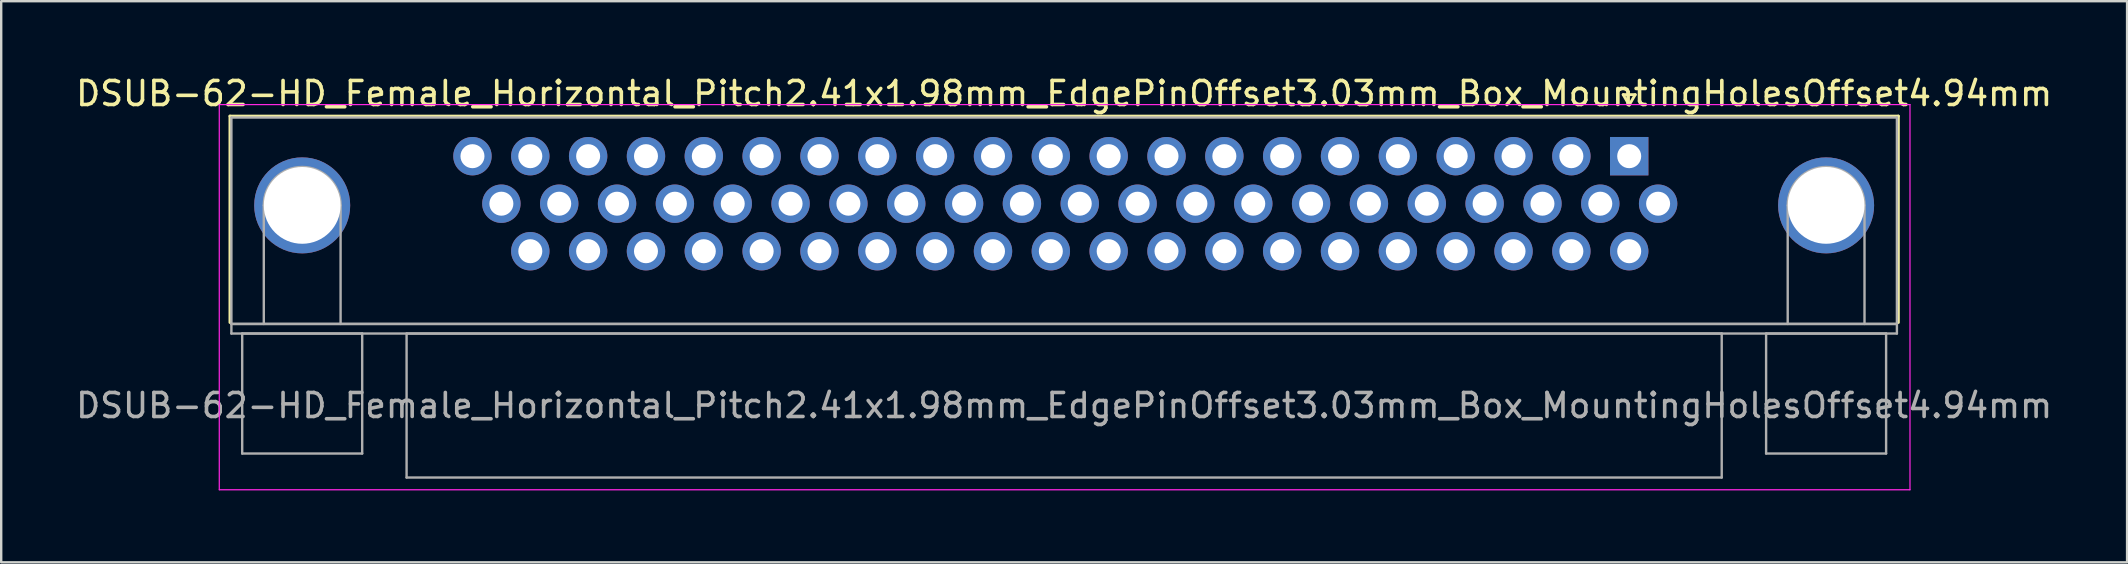
<source format=kicad_pcb>
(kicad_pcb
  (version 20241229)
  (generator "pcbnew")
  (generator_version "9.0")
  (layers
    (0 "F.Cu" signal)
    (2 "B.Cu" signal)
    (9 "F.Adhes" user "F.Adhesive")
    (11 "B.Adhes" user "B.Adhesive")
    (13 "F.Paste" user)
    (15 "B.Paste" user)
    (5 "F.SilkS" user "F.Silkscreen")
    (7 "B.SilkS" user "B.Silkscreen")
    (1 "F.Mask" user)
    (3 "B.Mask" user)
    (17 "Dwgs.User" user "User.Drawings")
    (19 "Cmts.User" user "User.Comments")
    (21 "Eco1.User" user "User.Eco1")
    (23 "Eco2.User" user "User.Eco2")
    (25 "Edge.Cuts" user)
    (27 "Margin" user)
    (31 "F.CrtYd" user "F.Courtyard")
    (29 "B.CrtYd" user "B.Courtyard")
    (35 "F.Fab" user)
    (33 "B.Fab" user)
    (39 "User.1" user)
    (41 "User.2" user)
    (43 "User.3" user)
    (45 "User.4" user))
  (footprint "DSUB-62-HD_Female_Horizontal_Pitch2.41x1.98mm_EdgePinOffset3.03mm_Box_MountingHolesOffset4.94mm"
    (layer "F.Cu")
    (at 64.837 3.458)
    (property "Reference" "DSUB-62-HD_Female_Horizontal_Pitch2.41x1.98mm_EdgePinOffset3.03mm_Box_MountingHolesOffset4.94mm" (at -23.545 -2.61 0) (layer "F.SilkS") (effects (font (size 1 1) (thickness 0.15))))
    (attr through_hole)
    (fp_line (start -58.305 -1.67) (end 11.215 -1.67) (stroke (width 0.12) (type solid)) (layer "F.SilkS"))
    (fp_line (start -58.305 6.93) (end -58.305 -1.67) (stroke (width 0.12) (type solid)) (layer "F.SilkS"))
    (fp_line (start -0.25 -2.564) (end 0.25 -2.564) (stroke (width 0.12) (type solid)) (layer "F.SilkS"))
    (fp_line (start 0 -2.131) (end -0.25 -2.564) (stroke (width 0.12) (type solid)) (layer "F.SilkS"))
    (fp_line (start 0.25 -2.564) (end 0 -2.131) (stroke (width 0.12) (type solid)) (layer "F.SilkS"))
    (fp_line (start 11.215 -1.67) (end 11.215 6.93) (stroke (width 0.12) (type solid)) (layer "F.SilkS"))
    (fp_line (start -58.75 -2.15) (end -58.75 13.9) (stroke (width 0.05) (type solid)) (layer "F.CrtYd"))
    (fp_line (start -58.75 13.9) (end 11.7 13.9) (stroke (width 0.05) (type solid)) (layer "F.CrtYd"))
    (fp_line (start 11.7 -2.15) (end -58.75 -2.15) (stroke (width 0.05) (type solid)) (layer "F.CrtYd"))
    (fp_line (start 11.7 13.9) (end 11.7 -2.15) (stroke (width 0.05) (type solid)) (layer "F.CrtYd"))
    (fp_line (start -58.245 -1.61) (end -58.245 6.99) (stroke (width 0.1) (type solid)) (layer "F.Fab"))
    (fp_line (start -58.245 6.99) (end -58.245 7.39) (stroke (width 0.1) (type solid)) (layer "F.Fab"))
    (fp_line (start -58.245 6.99) (end 11.155 6.99) (stroke (width 0.1) (type solid)) (layer "F.Fab"))
    (fp_line (start -58.245 7.39) (end 11.155 7.39) (stroke (width 0.1) (type solid)) (layer "F.Fab"))
    (fp_line (start -57.795 7.39) (end -57.795 12.39) (stroke (width 0.1) (type solid)) (layer "F.Fab"))
    (fp_line (start -57.795 12.39) (end -52.795 12.39) (stroke (width 0.1) (type solid)) (layer "F.Fab"))
    (fp_line (start -56.895 6.99) (end -56.895 2.05) (stroke (width 0.1) (type solid)) (layer "F.Fab"))
    (fp_line (start -53.695 6.99) (end -53.695 2.05) (stroke (width 0.1) (type solid)) (layer "F.Fab"))
    (fp_line (start -52.795 7.39) (end -57.795 7.39) (stroke (width 0.1) (type solid)) (layer "F.Fab"))
    (fp_line (start -52.795 12.39) (end -52.795 7.39) (stroke (width 0.1) (type solid)) (layer "F.Fab"))
    (fp_line (start -50.945 7.39) (end -50.945 13.39) (stroke (width 0.1) (type solid)) (layer "F.Fab"))
    (fp_line (start -50.945 13.39) (end 3.855 13.39) (stroke (width 0.1) (type solid)) (layer "F.Fab"))
    (fp_line (start 3.855 7.39) (end -50.945 7.39) (stroke (width 0.1) (type solid)) (layer "F.Fab"))
    (fp_line (start 3.855 13.39) (end 3.855 7.39) (stroke (width 0.1) (type solid)) (layer "F.Fab"))
    (fp_line (start 5.705 7.39) (end 5.705 12.39) (stroke (width 0.1) (type solid)) (layer "F.Fab"))
    (fp_line (start 5.705 12.39) (end 10.705 12.39) (stroke (width 0.1) (type solid)) (layer "F.Fab"))
    (fp_line (start 6.605 6.99) (end 6.605 2.05) (stroke (width 0.1) (type solid)) (layer "F.Fab"))
    (fp_line (start 9.805 6.99) (end 9.805 2.05) (stroke (width 0.1) (type solid)) (layer "F.Fab"))
    (fp_line (start 10.705 7.39) (end 5.705 7.39) (stroke (width 0.1) (type solid)) (layer "F.Fab"))
    (fp_line (start 10.705 12.39) (end 10.705 7.39) (stroke (width 0.1) (type solid)) (layer "F.Fab"))
    (fp_line (start 11.155 -1.61) (end -58.245 -1.61) (stroke (width 0.1) (type solid)) (layer "F.Fab"))
    (fp_line (start 11.155 6.99) (end -58.245 6.99) (stroke (width 0.1) (type solid)) (layer "F.Fab"))
    (fp_line (start 11.155 6.99) (end 11.155 -1.61) (stroke (width 0.1) (type solid)) (layer "F.Fab"))
    (fp_line (start 11.155 7.39) (end 11.155 6.99) (stroke (width 0.1) (type solid)) (layer "F.Fab"))
    (fp_arc (start -56.895 2.05) (mid -55.295 0.45) (end -53.695 2.05) (stroke (width 0.1) (type solid)) (layer "F.Fab"))
    (fp_arc (start 6.605 2.05) (mid 8.205 0.45) (end 9.805 2.05) (stroke (width 0.1) (type solid)) (layer "F.Fab"))
    (fp_text user "${REFERENCE}" (at -23.545 10.39 0) (layer "F.Fab") (effects (font (size 1 1) (thickness 0.15))))
    (pad "0" thru_hole circle (at -55.295 2.05) (size 4 4) (drill 3.2) (layers "*.Cu" "*.Mask"))
    (pad "0" thru_hole circle (at 8.205 2.05) (size 4 4) (drill 3.2) (layers "*.Cu" "*.Mask"))
    (pad "1" thru_hole rect (at 0 0) (size 1.6 1.6) (drill 1) (layers "*.Cu" "*.Mask"))
    (pad "2" thru_hole circle (at -2.41 0) (size 1.6 1.6) (drill 1) (layers "*.Cu" "*.Mask"))
    (pad "3" thru_hole circle (at -4.82 0) (size 1.6 1.6) (drill 1) (layers "*.Cu" "*.Mask"))
    (pad "4" thru_hole circle (at -7.23 0) (size 1.6 1.6) (drill 1) (layers "*.Cu" "*.Mask"))
    (pad "5" thru_hole circle (at -9.64 0) (size 1.6 1.6) (drill 1) (layers "*.Cu" "*.Mask"))
    (pad "6" thru_hole circle (at -12.05 0) (size 1.6 1.6) (drill 1) (layers "*.Cu" "*.Mask"))
    (pad "7" thru_hole circle (at -14.46 0) (size 1.6 1.6) (drill 1) (layers "*.Cu" "*.Mask"))
    (pad "8" thru_hole circle (at -16.87 0) (size 1.6 1.6) (drill 1) (layers "*.Cu" "*.Mask"))
    (pad "9" thru_hole circle (at -19.28 0) (size 1.6 1.6) (drill 1) (layers "*.Cu" "*.Mask"))
    (pad "10" thru_hole circle (at -21.69 0) (size 1.6 1.6) (drill 1) (layers "*.Cu" "*.Mask"))
    (pad "11" thru_hole circle (at -24.1 0) (size 1.6 1.6) (drill 1) (layers "*.Cu" "*.Mask"))
    (pad "12" thru_hole circle (at -26.51 0) (size 1.6 1.6) (drill 1) (layers "*.Cu" "*.Mask"))
    (pad "13" thru_hole circle (at -28.92 0) (size 1.6 1.6) (drill 1) (layers "*.Cu" "*.Mask"))
    (pad "14" thru_hole circle (at -31.33 0) (size 1.6 1.6) (drill 1) (layers "*.Cu" "*.Mask"))
    (pad "15" thru_hole circle (at -33.74 0) (size 1.6 1.6) (drill 1) (layers "*.Cu" "*.Mask"))
    (pad "16" thru_hole circle (at -36.15 0) (size 1.6 1.6) (drill 1) (layers "*.Cu" "*.Mask"))
    (pad "17" thru_hole circle (at -38.56 0) (size 1.6 1.6) (drill 1) (layers "*.Cu" "*.Mask"))
    (pad "18" thru_hole circle (at -40.97 0) (size 1.6 1.6) (drill 1) (layers "*.Cu" "*.Mask"))
    (pad "19" thru_hole circle (at -43.38 0) (size 1.6 1.6) (drill 1) (layers "*.Cu" "*.Mask"))
    (pad "20" thru_hole circle (at -45.79 0) (size 1.6 1.6) (drill 1) (layers "*.Cu" "*.Mask"))
    (pad "21" thru_hole circle (at -48.2 0) (size 1.6 1.6) (drill 1) (layers "*.Cu" "*.Mask"))
    (pad "22" thru_hole circle (at 1.205 1.98) (size 1.6 1.6) (drill 1) (layers "*.Cu" "*.Mask"))
    (pad "23" thru_hole circle (at -1.205 1.98) (size 1.6 1.6) (drill 1) (layers "*.Cu" "*.Mask"))
    (pad "24" thru_hole circle (at -3.615 1.98) (size 1.6 1.6) (drill 1) (layers "*.Cu" "*.Mask"))
    (pad "25" thru_hole circle (at -6.025 1.98) (size 1.6 1.6) (drill 1) (layers "*.Cu" "*.Mask"))
    (pad "26" thru_hole circle (at -8.435 1.98) (size 1.6 1.6) (drill 1) (layers "*.Cu" "*.Mask"))
    (pad "27" thru_hole circle (at -10.845 1.98) (size 1.6 1.6) (drill 1) (layers "*.Cu" "*.Mask"))
    (pad "28" thru_hole circle (at -13.255 1.98) (size 1.6 1.6) (drill 1) (layers "*.Cu" "*.Mask"))
    (pad "29" thru_hole circle (at -15.665 1.98) (size 1.6 1.6) (drill 1) (layers "*.Cu" "*.Mask"))
    (pad "30" thru_hole circle (at -18.075 1.98) (size 1.6 1.6) (drill 1) (layers "*.Cu" "*.Mask"))
    (pad "31" thru_hole circle (at -20.485 1.98) (size 1.6 1.6) (drill 1) (layers "*.Cu" "*.Mask"))
    (pad "32" thru_hole circle (at -22.895 1.98) (size 1.6 1.6) (drill 1) (layers "*.Cu" "*.Mask"))
    (pad "33" thru_hole circle (at -25.305 1.98) (size 1.6 1.6) (drill 1) (layers "*.Cu" "*.Mask"))
    (pad "34" thru_hole circle (at -27.715 1.98) (size 1.6 1.6) (drill 1) (layers "*.Cu" "*.Mask"))
    (pad "35" thru_hole circle (at -30.125 1.98) (size 1.6 1.6) (drill 1) (layers "*.Cu" "*.Mask"))
    (pad "36" thru_hole circle (at -32.535 1.98) (size 1.6 1.6) (drill 1) (layers "*.Cu" "*.Mask"))
    (pad "37" thru_hole circle (at -34.945 1.98) (size 1.6 1.6) (drill 1) (layers "*.Cu" "*.Mask"))
    (pad "38" thru_hole circle (at -37.355 1.98) (size 1.6 1.6) (drill 1) (layers "*.Cu" "*.Mask"))
    (pad "39" thru_hole circle (at -39.765 1.98) (size 1.6 1.6) (drill 1) (layers "*.Cu" "*.Mask"))
    (pad "40" thru_hole circle (at -42.175 1.98) (size 1.6 1.6) (drill 1) (layers "*.Cu" "*.Mask"))
    (pad "41" thru_hole circle (at -44.585 1.98) (size 1.6 1.6) (drill 1) (layers "*.Cu" "*.Mask"))
    (pad "42" thru_hole circle (at -46.995 1.98) (size 1.6 1.6) (drill 1) (layers "*.Cu" "*.Mask"))
    (pad "43" thru_hole circle (at 0 3.96) (size 1.6 1.6) (drill 1) (layers "*.Cu" "*.Mask"))
    (pad "44" thru_hole circle (at -2.41 3.96) (size 1.6 1.6) (drill 1) (layers "*.Cu" "*.Mask"))
    (pad "45" thru_hole circle (at -4.82 3.96) (size 1.6 1.6) (drill 1) (layers "*.Cu" "*.Mask"))
    (pad "46" thru_hole circle (at -7.23 3.96) (size 1.6 1.6) (drill 1) (layers "*.Cu" "*.Mask"))
    (pad "47" thru_hole circle (at -9.64 3.96) (size 1.6 1.6) (drill 1) (layers "*.Cu" "*.Mask"))
    (pad "48" thru_hole circle (at -12.05 3.96) (size 1.6 1.6) (drill 1) (layers "*.Cu" "*.Mask"))
    (pad "49" thru_hole circle (at -14.46 3.96) (size 1.6 1.6) (drill 1) (layers "*.Cu" "*.Mask"))
    (pad "50" thru_hole circle (at -16.87 3.96) (size 1.6 1.6) (drill 1) (layers "*.Cu" "*.Mask"))
    (pad "51" thru_hole circle (at -19.28 3.96) (size 1.6 1.6) (drill 1) (layers "*.Cu" "*.Mask"))
    (pad "52" thru_hole circle (at -21.69 3.96) (size 1.6 1.6) (drill 1) (layers "*.Cu" "*.Mask"))
    (pad "53" thru_hole circle (at -24.1 3.96) (size 1.6 1.6) (drill 1) (layers "*.Cu" "*.Mask"))
    (pad "54" thru_hole circle (at -26.51 3.96) (size 1.6 1.6) (drill 1) (layers "*.Cu" "*.Mask"))
    (pad "55" thru_hole circle (at -28.92 3.96) (size 1.6 1.6) (drill 1) (layers "*.Cu" "*.Mask"))
    (pad "56" thru_hole circle (at -31.33 3.96) (size 1.6 1.6) (drill 1) (layers "*.Cu" "*.Mask"))
    (pad "57" thru_hole circle (at -33.74 3.96) (size 1.6 1.6) (drill 1) (layers "*.Cu" "*.Mask"))
    (pad "58" thru_hole circle (at -36.15 3.96) (size 1.6 1.6) (drill 1) (layers "*.Cu" "*.Mask"))
    (pad "59" thru_hole circle (at -38.56 3.96) (size 1.6 1.6) (drill 1) (layers "*.Cu" "*.Mask"))
    (pad "60" thru_hole circle (at -40.97 3.96) (size 1.6 1.6) (drill 1) (layers "*.Cu" "*.Mask"))
    (pad "61" thru_hole circle (at -43.38 3.96) (size 1.6 1.6) (drill 1) (layers "*.Cu" "*.Mask"))
    (pad "62" thru_hole circle (at -45.79 3.96) (size 1.6 1.6) (drill 1) (layers "*.Cu" "*.Mask")))
  (gr_rect
    (start -3 -3)
    (end 85.583 20.383)
    (stroke (width 0.1) (type default))
    (fill no)
    (layer "Edge.Cuts")))
</source>
